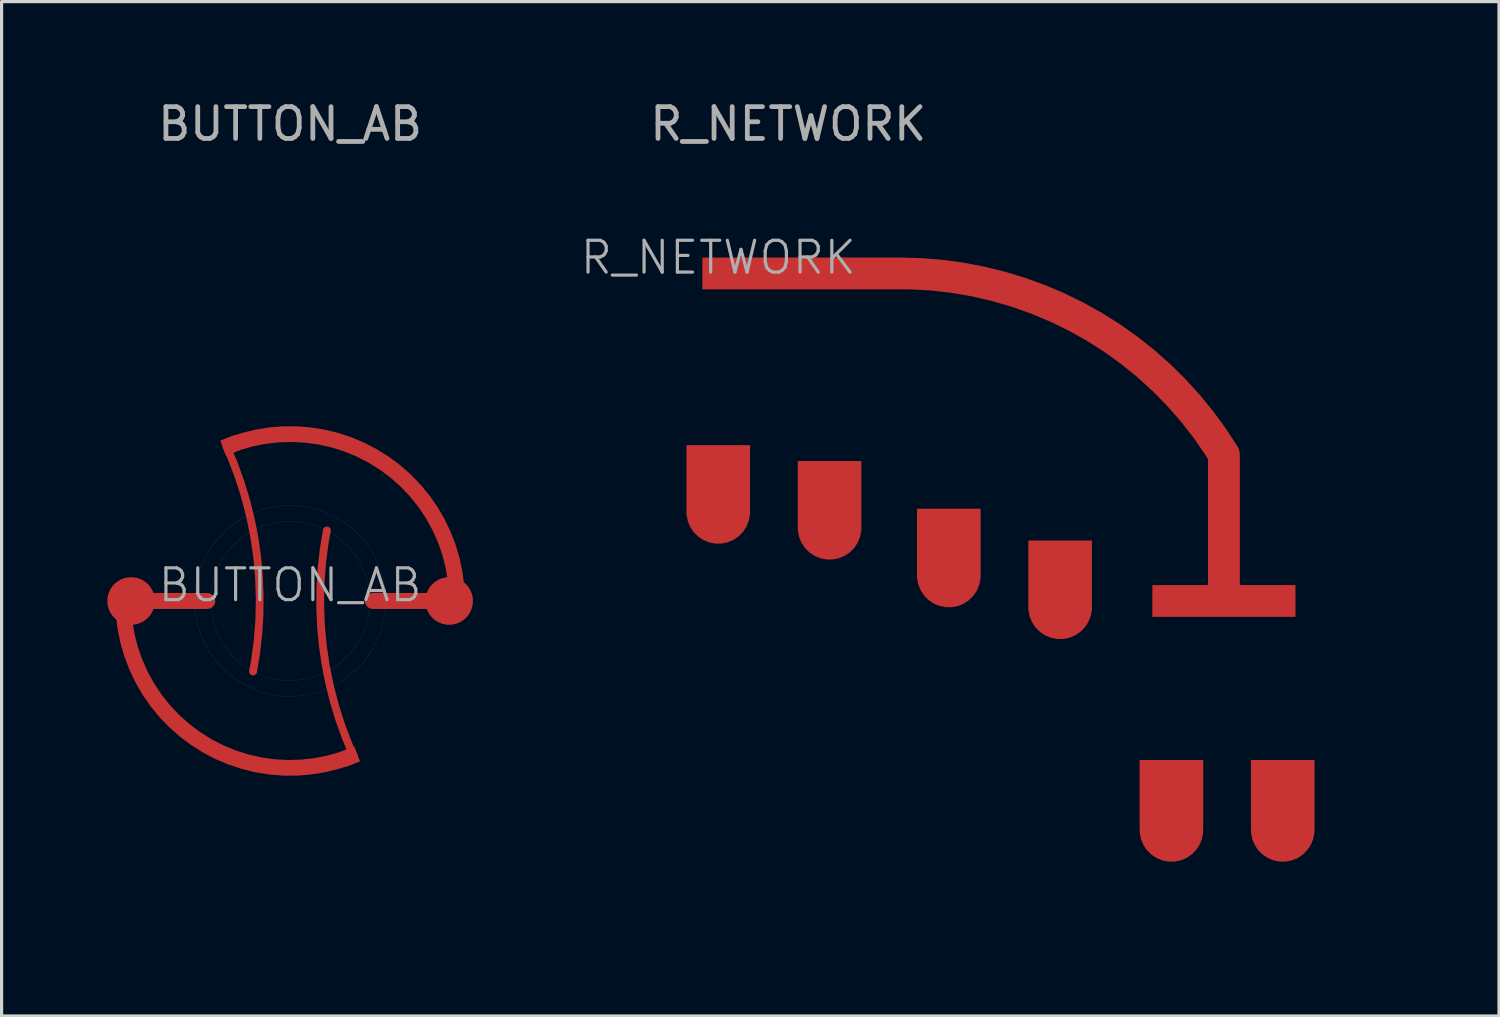
<source format=kicad_pcb>
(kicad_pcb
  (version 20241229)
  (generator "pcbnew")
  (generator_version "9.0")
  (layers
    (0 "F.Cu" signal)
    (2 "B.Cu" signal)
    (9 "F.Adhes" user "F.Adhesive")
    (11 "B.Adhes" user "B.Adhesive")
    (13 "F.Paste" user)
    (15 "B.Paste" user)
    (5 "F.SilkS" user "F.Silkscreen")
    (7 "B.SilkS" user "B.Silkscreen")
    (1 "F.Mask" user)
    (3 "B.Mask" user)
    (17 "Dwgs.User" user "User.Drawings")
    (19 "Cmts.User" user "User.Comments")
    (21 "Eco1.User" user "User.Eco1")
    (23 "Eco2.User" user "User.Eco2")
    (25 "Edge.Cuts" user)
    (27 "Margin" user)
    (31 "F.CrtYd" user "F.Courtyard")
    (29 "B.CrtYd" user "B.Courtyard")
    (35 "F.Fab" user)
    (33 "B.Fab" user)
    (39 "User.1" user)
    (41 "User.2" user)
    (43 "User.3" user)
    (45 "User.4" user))
  (footprint "R_NETWORK"
    (layer "F.Cu")
    (at 19.536 5.548)
    (property "Reference" "R_NETWORK" (at 0 -0.5 0) (unlocked yes) (layer "F.Fab") (effects (font (size 1 1) (thickness 0.1))))
    (attr smd)
    (fp_poly (pts (xy -1.2 6) (xy -1.2 -1.5) (arc (start 5.9 -1.5) (mid 14.59063 1.856635) (end 19.6 9.7)) (xy 19.6 14.9) (xy 17.7 17.5) (xy 12.4 17.5) (xy 12.4 10.5) (xy 8.4 10.5) (xy 8.4 9.4) (xy 4.6 9.4) (xy 4.6 7.9) (xy 1.2 7.8)) (stroke (width 0) (type solid)) (fill yes) (layer "F.Mask"))
    (fp_rect (start -1 1.25) (end 1 6.25) (stroke (width 0.1) (type solid)) (fill no) (layer "User.3"))
    (fp_rect (start 2.5 1.65) (end 4.5 6.65) (stroke (width 0.1) (type solid)) (fill no) (layer "User.3"))
    (fp_rect (start 6.25 2.585) (end 8.25 7.585) (stroke (width 0.1) (type solid)) (fill no) (layer "User.3"))
    (fp_rect (start 9.75 3.55) (end 11.75 8.55) (stroke (width 0.1) (type solid)) (fill no) (layer "User.3"))
    (fp_rect (start 13.25 11.05) (end 15.25 16.05) (stroke (width 0.1) (type solid)) (fill no) (layer "User.3"))
    (fp_rect (start 16.75 11.05) (end 18.75 16.05) (stroke (width 0.1) (type solid)) (fill no) (layer "User.3"))
    (fp_poly (pts (xy 9 4.3) (xy 9 3.35) (xy 5.4 3.35) (xy 5.4 2.4) (xy 1.75 2.4) (xy 1.75 2) (xy -1.1 2) (xy -1.1 -0.6) (arc (start 5.5 -0.6) (mid 13.85 2.15) (end 18.95 9.5)) (xy 18.95 11.8) (xy 13.05 11.8) (xy 13.05 4.3)) (stroke (width 0.1) (type solid)) (fill no) (layer "User.4"))
    (fp_poly (pts (arc (start 21.5 13.1) (mid 16.813708 1.786292) (end 5.5 -2.9)) (xy -2.3 -2.9) (xy -4.1 -1.3) (xy -4.1 9.7) (xy -1.2 12.3) (xy 10.4 12.3) (xy 11.2 13.1) (xy 11.2 16.7) (xy 13.6 20.3) (xy 19 20.3) (xy 21.5 17.9)) (stroke (width 0.1) (type solid)) (fill no) (layer "User.5"))
    (fp_text user "${REFERENCE}" (at 2.2 -4.7 0) (unlocked yes) (layer "F.Fab") (effects (font (size 1 1) (thickness 0.15))))
    (pad "1" smd custom (at 0 0) (size 1 1) (layers "F.Cu") (options (anchor rect)) (primitives (gr_line (start 5.7 0) (end 0 0) (width 1)) (gr_arc (start 5.7 0) (mid 11.563667 1.530167) (end 15.9 5.7) (width 1)) (gr_line (start 15.9 5.7) (end 15.9 10.3) (width 1)) (gr_rect (start 13.65 9.8) (end 18.15 10.8) (width 0) (fill yes))))
    (pad "2" smd custom (at 0 7.5) (size 2 2) (layers "F.Cu") (options (anchor circle)) (primitives (gr_rect (start -1 -2.1) (end 1 0.1) (width 0) (fill yes))))
    (pad "3" smd custom (at 3.5 8) (size 2 2) (layers "F.Cu") (options (anchor circle)) (primitives (gr_rect (start -1 -2.1) (end 1 0.1) (width 0) (fill yes))))
    (pad "4" smd custom (at 7.25 9.5) (size 2 2) (layers "F.Cu") (options (anchor circle)) (primitives (gr_rect (start -1 -2.1) (end 1 0.1) (width 0) (fill yes))))
    (pad "5" smd custom (at 10.75 10.5) (size 2 2) (layers "F.Cu") (options (anchor circle)) (primitives (gr_rect (start -1 -2.1) (end 1 0.1) (width 0) (fill yes))))
    (pad "6" smd custom (at 14.25 17.5) (size 2 2) (layers "F.Cu") (options (anchor circle)) (primitives (gr_rect (start -1 -2.2) (end 1 0) (width 0) (fill yes))))
    (pad "7" smd custom (at 17.75 17.5) (size 2 2) (layers "F.Cu") (options (anchor circle)) (primitives (gr_rect (start -1 -2.2) (end 1 0) (width 0) (fill yes)))))
  (footprint "BUTTON_AB"
    (layer "F.Cu")
    (at 6.073 15.848)
    (property "Reference" "BUTTON_AB" (at 0 -0.5 0) (unlocked yes) (layer "F.Fab") (effects (font (size 1 1) (thickness 0.1))))
    (attr smd)
    (fp_arc (start -1.222081 -2.47) (mid -0.96565 -0.142634) (end -1.166616 2.190175) (stroke (width 0.3) (type solid)) (layer "F.Mask"))
    (fp_arc (start 1.206431 2.447366) (mid 0.95 0.12) (end 1.150966 -2.212809) (stroke (width 0.3) (type solid)) (layer "F.Mask"))
    (fp_circle (center -5 0) (end -4 0) (stroke (width 0) (type solid)) (fill yes) (layer "F.Mask"))
    (fp_circle (center 5 0) (end 6 0) (stroke (width 0) (type solid)) (fill yes) (layer "F.Mask"))
    (fp_poly (pts (xy -2.527 -1.087) (xy -2.582 -0.949) (xy -2.629 -0.8) (xy -2.669 -0.664) (xy -2.701 -0.518) (xy -2.725 -0.371) (xy -2.741 -0.223) (xy -2.749 -0.074) (xy -2.749 0.074) (xy -2.741 0.223) (xy -2.725 0.371) (xy -2.701 0.518) (xy -2.669 0.664) (xy -2.629 0.807) (xy -2.582 0.949) (xy -2.527 1.087) (xy -2.464 1.222) (xy -2.394 1.354) (xy -2.318 1.481) (xy -2.234 1.6) (xy -2.144 1.723) (xy -2.047 1.837) (xy -1.945 1.945) (xy -1.837 2.047) (xy -1.723 2.144) (xy -1.6 2.234) (xy -1.481 2.318) (xy -1.354 2.394) (xy -1.222 2.464) (xy -1.087 2.527) (xy -0.949 2.582) (xy -0.807 2.629) (xy -0.664 2.669) (xy -0.518 2.701) (xy -0.371 2.725) (xy -0.223 2.741) (xy -0.074 2.75) (xy 0 2.75) (xy 0 4.5) (xy -0.047 4.5) (xy -0.237 4.494) (xy -0.426 4.48) (xy -0.615 4.458) (xy -0.802 4.428) (xy -0.988 4.391) (xy -1.172 4.345) (xy -1.355 4.292) (xy -1.534 4.231) (xy -1.711 4.162) (xy -1.885 4.087) (xy -2.056 4.003) (xy -2.223 3.913) (xy -2.386 3.816) (xy -2.545 3.712) (xy -2.699 3.602) (xy -2.848 3.485) (xy -2.993 3.361) (xy -3.132 3.232) (xy -3.265 3.097) (xy -3.393 2.957) (xy -3.514 2.811) (xy -3.63 2.661) (xy -3.739 2.505) (xy -3.841 2.345) (xy -3.936 2.181) (xy -4.025 2.014) (xy -4.106 1.842) (xy -4.18 1.667) (xy -4.247 1.49) (xy -4.306 1.309) (xy -4.357 1.127) (xy -4.401 0.942) (xy -4.437 0.756) (xy -4.465 0.568) (xy -4.485 0.379) (xy -4.496 0.19) (xy -4.5 0) (xy -4.496 -0.19) (xy -4.485 -0.379) (xy -4.465 -0.568) (xy -4.437 -0.756) (xy -4.401 -0.942) (xy -4.357 -1.127) (xy -4.306 -1.309) (xy -4.247 -1.49) (xy -4.18 -1.667) (xy -4.106 -1.842) (xy -4.025 -2.014) (xy -3.936 -2.181) (xy -3.841 -2.345) (xy -3.739 -2.505) (xy -3.63 -2.661) (xy -3.514 -2.811) (xy -3.393 -2.957) (xy -3.265 -3.097) (xy -3.132 -3.232) (xy -2.993 -3.361) (xy -2.848 -3.485) (xy -2.699 -3.602) (xy -2.545 -3.712) (xy -2.386 -3.816) (xy -2.223 -3.913) (xy -2.056 -4.003) (xy -1.885 -4.087) (xy -1.711 -4.162) (xy -1.534 -4.231) (xy -1.355 -4.292) (xy -1.172 -4.345) (xy -0.988 -4.391) (xy -0.802 -4.428) (xy -0.615 -4.458) (xy -0.426 -4.48) (xy -0.237 -4.494) (xy -0.047 -4.5) (xy 0 -4.5) (xy 0 -2.749) (xy -0.074 -2.749) (xy -0.223 -2.741) (xy -0.371 -2.725) (xy -0.518 -2.701) (xy -0.664 -2.669) (xy -0.807 -2.629) (xy -0.949 -2.582) (xy -1.087 -2.527) (xy -1.222 -2.464) (xy -1.354 -2.394) (xy -1.481 -2.318) (xy -1.605 -2.234) (xy -1.723 -2.144) (xy -1.837 -2.047) (xy -1.945 -1.945) (xy -2.047 -1.837) (xy -2.144 -1.723) (xy -2.234 -1.605) (xy -2.318 -1.481) (xy -2.394 -1.354) (xy -2.464 -1.222)) (stroke (width 0) (type solid)) (fill yes) (layer "F.Mask"))
    (fp_poly (pts (xy 2.527 1.087) (xy 2.582 0.949) (xy 2.629 0.8) (xy 2.669 0.664) (xy 2.701 0.518) (xy 2.725 0.371) (xy 2.741 0.223) (xy 2.749 0.074) (xy 2.749 -0.074) (xy 2.741 -0.223) (xy 2.725 -0.371) (xy 2.701 -0.518) (xy 2.669 -0.664) (xy 2.629 -0.807) (xy 2.582 -0.949) (xy 2.527 -1.087) (xy 2.464 -1.222) (xy 2.394 -1.354) (xy 2.318 -1.481) (xy 2.234 -1.6) (xy 2.144 -1.723) (xy 2.047 -1.837) (xy 1.945 -1.945) (xy 1.837 -2.047) (xy 1.723 -2.144) (xy 1.6 -2.234) (xy 1.481 -2.318) (xy 1.354 -2.394) (xy 1.222 -2.464) (xy 1.087 -2.527) (xy 0.949 -2.582) (xy 0.807 -2.629) (xy 0.664 -2.669) (xy 0.518 -2.701) (xy 0.371 -2.725) (xy 0.223 -2.741) (xy 0.074 -2.75) (xy 0 -2.75) (xy 0 -4.5) (xy 0.047 -4.5) (xy 0.237 -4.494) (xy 0.426 -4.48) (xy 0.615 -4.458) (xy 0.802 -4.428) (xy 0.988 -4.391) (xy 1.172 -4.345) (xy 1.355 -4.292) (xy 1.534 -4.231) (xy 1.711 -4.162) (xy 1.885 -4.087) (xy 2.056 -4.003) (xy 2.223 -3.913) (xy 2.386 -3.816) (xy 2.545 -3.712) (xy 2.699 -3.602) (xy 2.848 -3.485) (xy 2.993 -3.361) (xy 3.132 -3.232) (xy 3.265 -3.097) (xy 3.393 -2.957) (xy 3.514 -2.811) (xy 3.63 -2.661) (xy 3.739 -2.505) (xy 3.841 -2.345) (xy 3.936 -2.181) (xy 4.025 -2.014) (xy 4.106 -1.842) (xy 4.18 -1.667) (xy 4.247 -1.49) (xy 4.306 -1.309) (xy 4.357 -1.127) (xy 4.401 -0.942) (xy 4.437 -0.756) (xy 4.465 -0.568) (xy 4.485 -0.379) (xy 4.496 -0.19) (xy 4.5 0) (xy 4.496 0.19) (xy 4.485 0.379) (xy 4.465 0.568) (xy 4.437 0.756) (xy 4.401 0.942) (xy 4.357 1.127) (xy 4.306 1.309) (xy 4.247 1.49) (xy 4.18 1.667) (xy 4.106 1.842) (xy 4.025 2.014) (xy 3.936 2.181) (xy 3.841 2.345) (xy 3.739 2.505) (xy 3.63 2.661) (xy 3.514 2.811) (xy 3.393 2.957) (xy 3.265 3.097) (xy 3.132 3.232) (xy 2.993 3.361) (xy 2.848 3.485) (xy 2.699 3.602) (xy 2.545 3.712) (xy 2.386 3.816) (xy 2.223 3.913) (xy 2.056 4.003) (xy 1.885 4.087) (xy 1.711 4.162) (xy 1.534 4.231) (xy 1.355 4.292) (xy 1.172 4.345) (xy 0.988 4.391) (xy 0.802 4.428) (xy 0.615 4.458) (xy 0.426 4.48) (xy 0.237 4.494) (xy 0.047 4.5) (xy 0 4.5) (xy 0 2.749) (xy 0.074 2.749) (xy 0.223 2.741) (xy 0.371 2.725) (xy 0.518 2.701) (xy 0.664 2.669) (xy 0.807 2.629) (xy 0.949 2.582) (xy 1.087 2.527) (xy 1.222 2.464) (xy 1.354 2.394) (xy 1.481 2.318) (xy 1.605 2.234) (xy 1.723 2.144) (xy 1.837 2.047) (xy 1.945 1.945) (xy 2.047 1.837) (xy 2.144 1.723) (xy 2.234 1.605) (xy 2.318 1.481) (xy 2.394 1.354) (xy 2.464 1.222)) (stroke (width 0) (type solid)) (fill yes) (layer "F.Mask"))
    (fp_circle (center 0 0) (end 0 -3) (stroke (width 0.01) (type dot)) (fill no) (layer "F.Fab"))
    (fp_circle (center 0 0) (end 0 -2.5) (stroke (width 0.01) (type dot)) (fill no) (layer "F.Fab"))
    (fp_circle (center -5 0) (end -5 -1) (stroke (width 0.01) (type solid)) (fill no) (layer "User.4"))
    (fp_circle (center 5 0) (end 5 -1) (stroke (width 0.01) (type solid)) (fill no) (layer "User.4"))
    (fp_poly (pts (arc (start -1.3413 2.4017) (mid -1.100496 -0.215788) (end -1.4352 -2.8229)) (arc (start -1.4352 -2.8229) (mid -2.179308 -3.7678) (end -3.0967 -4.5453)) (arc (start -3.0967 -4.5453) (mid -1.53689 -5.280894) (end 0.174 -5.4972)) (arc (start 0.174 -4.9206) (mid -0.488017 -4.117227) (end -0.9206 -3.1698)) (arc (start -0.9206 -3.1698) (mid -0.517931 -0.275352) (end -0.7936 2.6339)) (arc (start -0.7936 2.6339) (mid -1.073785 2.53272) (end -1.3413 2.4017))) (stroke (width 0.1) (type solid)) (fill no) (layer "User.4"))
    (fp_poly (pts (arc (start 1.34347 -2.401658) (mid 1.102666 0.21583) (end 1.43737 2.822942)) (arc (start 1.43737 2.822942) (mid 2.181478 3.767842) (end 3.09887 4.545342)) (arc (start 3.09887 4.545342) (mid 1.53906 5.280936) (end -0.17183 5.497242)) (arc (start -0.17183 4.920642) (mid 0.490187 4.117269) (end 0.92277 3.169842)) (arc (start 0.92277 3.169842) (mid 0.520101 0.275394) (end 0.79577 -2.633858)) (arc (start 0.79577 -2.633858) (mid 1.075955 -2.532678) (end 1.34347 -2.401658))) (stroke (width 0.1) (type solid)) (fill no) (layer "User.4"))
    (fp_poly (pts (arc (start -4.094294 0.5) (mid -6.023857 0) (end -4.094294 -0.5)) (arc (start -2.694294 -0.5) (mid -2.617474 -0.808656) (end -2.494294 -1.1)) (arc (start -2.494294 -1.1) (mid -2.271434 0.001035) (end -2.494294 1.1)) (arc (start -2.494294 1.1) (mid -2.618446 0.809613) (end -2.694294 0.5))) (stroke (width 0.1) (type solid)) (fill no) (layer "User.4"))
    (fp_poly (pts (arc (start 4.1 -0.5) (mid 6.029563 0) (end 4.1 0.5)) (arc (start 2.7 0.5) (mid 2.62318 0.808656) (end 2.5 1.1)) (arc (start 2.5 1.1) (mid 2.27714 -0.001035) (end 2.5 -1.1)) (arc (start 2.5 -1.1) (mid 2.624152 -0.809613) (end 2.7 -0.5))) (stroke (width 0.1) (type solid)) (fill no) (layer "User.4"))
    (fp_poly (pts (arc (start -0.567213 2.95) (mid -0.19899 0) (end -0.567213 -2.95)) (arc (start -0.567213 -2.95) (mid 0.001758 -3.004035) (end 0.570666 -2.949334)) (arc (start 0.570666 -2.949334) (mid 0.202443 0.000666) (end 0.570666 2.950666)) (arc (start 0.570666 2.950666) (mid 0.001695 3.004701) (end -0.567213 2.95))) (stroke (width 0.1) (type solid)) (fill no) (layer "User.5"))
    (fp_poly (pts (arc (start -2.296551 1.93) (mid -1.8 0) (end -2.296551 -1.93)) (arc (start -2.296551 -1.93) (mid -2.09647 -2.145661) (end -1.876227 -2.340687)) (arc (start -1.876227 -2.340687) (mid -1.4 0) (end -1.876227 2.340687)) (arc (start -1.876227 2.340687) (mid -2.09647 2.145661) (end -2.296551 1.93))) (stroke (width 0.1) (type solid)) (fill no) (layer "User.5"))
    (fp_poly (pts (arc (start 2.296053 -1.929741) (mid 1.799502 0.000259) (end 2.296053 1.930259)) (arc (start 2.296053 1.930259) (mid 2.095972 2.14592) (end 1.875729 2.340946)) (arc (start 1.875729 2.340946) (mid 1.399502 0.000259) (end 1.875729 -2.340428)) (arc (start 1.875729 -2.340428) (mid 2.095972 -2.145402) (end 2.296053 -1.929741))) (stroke (width 0.1) (type solid)) (fill no) (layer "User.5"))
    (fp_text user "${REFERENCE}" (at 0 -15 0) (unlocked yes) (layer "F.Fab") (effects (font (size 1 1) (thickness 0.15))))
    (pad "1" smd custom (at -5 0) (size 1.5 1.5) (layers "F.Cu") (options (anchor circle)) (primitives (gr_line (start 0 0) (end 2.4 0) (width 0.5)) (gr_arc (start 6.875 4.9) (mid 2.026075 4.322198) (end -0.246487 0) (width 0.5)) (gr_arc (start 6.99 4.86) (mid 6.028146 1.38506) (end 6.156474 -2.218259) (width 0.25))))
    (pad "1" smd rect (at 1.875 4.9 111) (size 0.5 0.5) (layers "F.Cu"))
    (pad "2" smd rect (at -1.875 -4.9 111) (size 0.5 0.5) (layers "F.Cu"))
    (pad "2" smd custom (at 5 0) (size 1.5 1.5) (layers "F.Cu") (options (anchor circle)) (primitives (gr_line (start 0 0) (end -2.4 0) (width 0.5)) (gr_arc (start -6.875 -4.9) (mid -2.026075 -4.322198) (end 0.246487 0) (width 0.5)) (gr_arc (start -7 -4.86) (mid -6.038146 -1.38506) (end -6.166474 2.218259) (width 0.25)))))
  (gr_rect
    (start -3 -3)
    (end 44.086 28.898)
    (stroke (width 0.1) (type default))
    (fill no)
    (layer "Edge.Cuts")))
</source>
